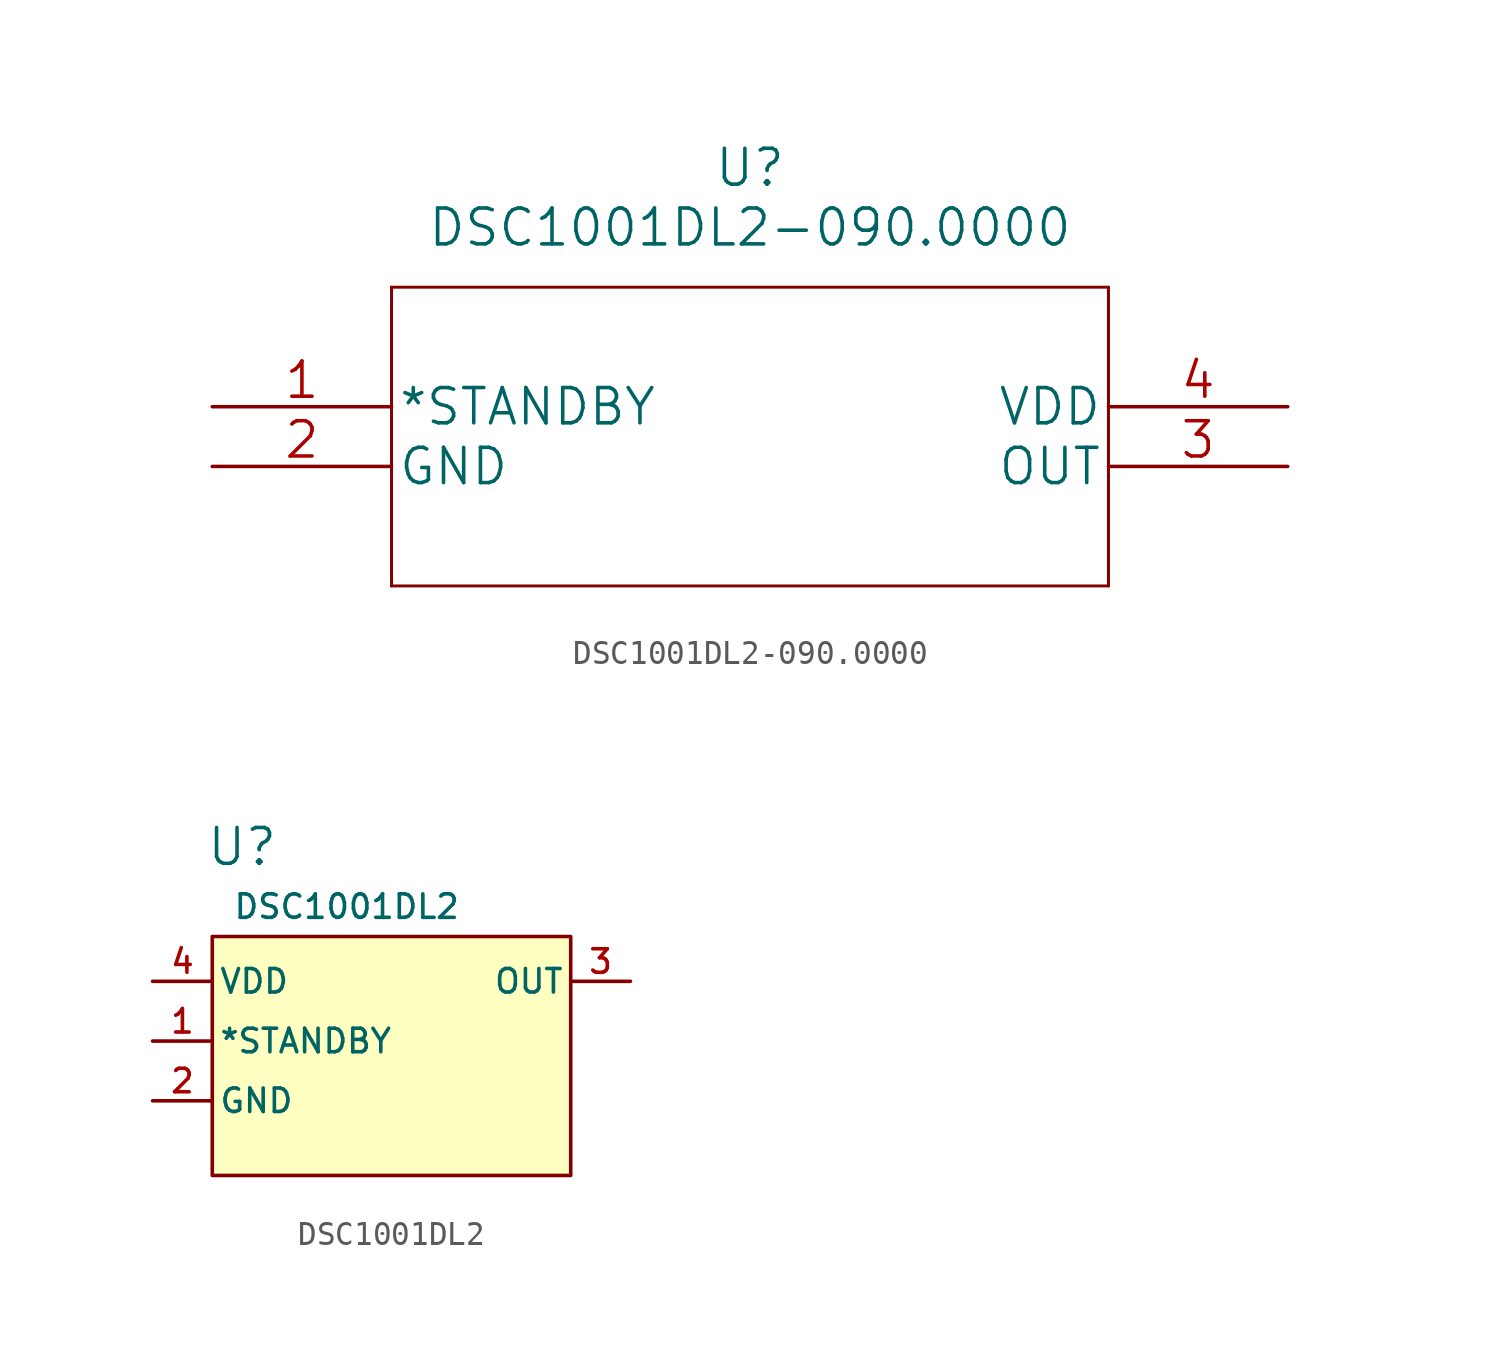
<source format=kicad_sym>
(kicad_symbol_lib
  (version 20210619)
  (generator kicad_symbol_editor)
  (symbol "DSC1001DL2:DSC1001DL2-090.0000"
    (pin_names
      (offset 0.254))
    (property "Reference" "U"
      (at 22.86 10.16 0)
      (effects (font (size 1.524 1.524))))
    (property "Value" "DSC1001DL2-090.0000"
      (at 22.86 7.62 0)
      (effects (font (size 1.524 1.524))))
    (property "Datasheet" ""
      (at 0 0 0)
      (effects (font (size 1.524 1.524))))
    (property "ki_locked" ""
      (at 0 0 0)
      (effects (font (size 1.27 1.27))))
    (symbol "DSC1001DL2-090.0000_1_1"
      (polyline (pts (xy 7.62 -7.62) (xy 38.1 -7.62)) (stroke (width 0.127)) (fill (type none)))
      (polyline (pts (xy 7.62 5.08) (xy 7.62 -7.62)) (stroke (width 0.127)) (fill (type none)))
      (polyline (pts (xy 38.1 -7.62) (xy 38.1 5.08)) (stroke (width 0.127)) (fill (type none)))
      (polyline (pts (xy 38.1 5.08) (xy 7.62 5.08)) (stroke (width 0.127)) (fill (type none)))
      (pin input line (at 0 0 0) (length 7.62) (name "*STANDBY" (effects (font (size 1.499 1.499)))) (number "1" (effects (font (size 1.499 1.499)))))
      (pin power_in line (at 0 -2.54 0) (length 7.62) (name "GND" (effects (font (size 1.499 1.499)))) (number "2" (effects (font (size 1.499 1.499)))))
      (pin output line (at 45.72 -2.54 180) (length 7.62) (name "OUT" (effects (font (size 1.499 1.499)))) (number "3" (effects (font (size 1.499 1.499)))))
      (pin power_in line (at 45.72 0 180) (length 7.62) (name "VDD" (effects (font (size 1.499 1.499)))) (number "4" (effects (font (size 1.499 1.499)))))))
  (symbol "DSC1001DL2:DSC1001DL2"
    (pin_names
      (offset 0.254))
    (property "Reference" "U"
      (at -5.715 10.16 0)
      (effects (font (size 1.524 1.524))))
    (property "Value" "DSC1001DL2"
      (at -1.27 7.62 0)
      (effects (font (size 1 1))))
    (property "Datasheet" ""
      (at -9.525 1.905 0)
      (effects (font (size 1.524 1.524))))
    (symbol "DSC1001DL2_0_1"
      (rectangle (start -6.985 6.35) (end 8.255 -3.81) (stroke (width 0.152)) (fill (type background))))
    (symbol "DSC1001DL2_1_1"
      (pin input line (at -9.525 1.905 0) (length 2.54) (name "*STANDBY" (effects (font (size 1 1)))) (number "1" (effects (font (size 1 1)))))
      (pin power_in line (at -9.525 -0.635 0) (length 2.54) (name "GND" (effects (font (size 1 1)))) (number "2" (effects (font (size 1 1)))))
      (pin output line (at 10.795 4.445 180) (length 2.54) (name "OUT" (effects (font (size 1 1)))) (number "3" (effects (font (size 1 1)))))
      (pin power_in line (at -9.525 4.445 0) (length 2.54) (name "VDD" (effects (font (size 1 1)))) (number "4" (effects (font (size 1 1))))))))
</source>
